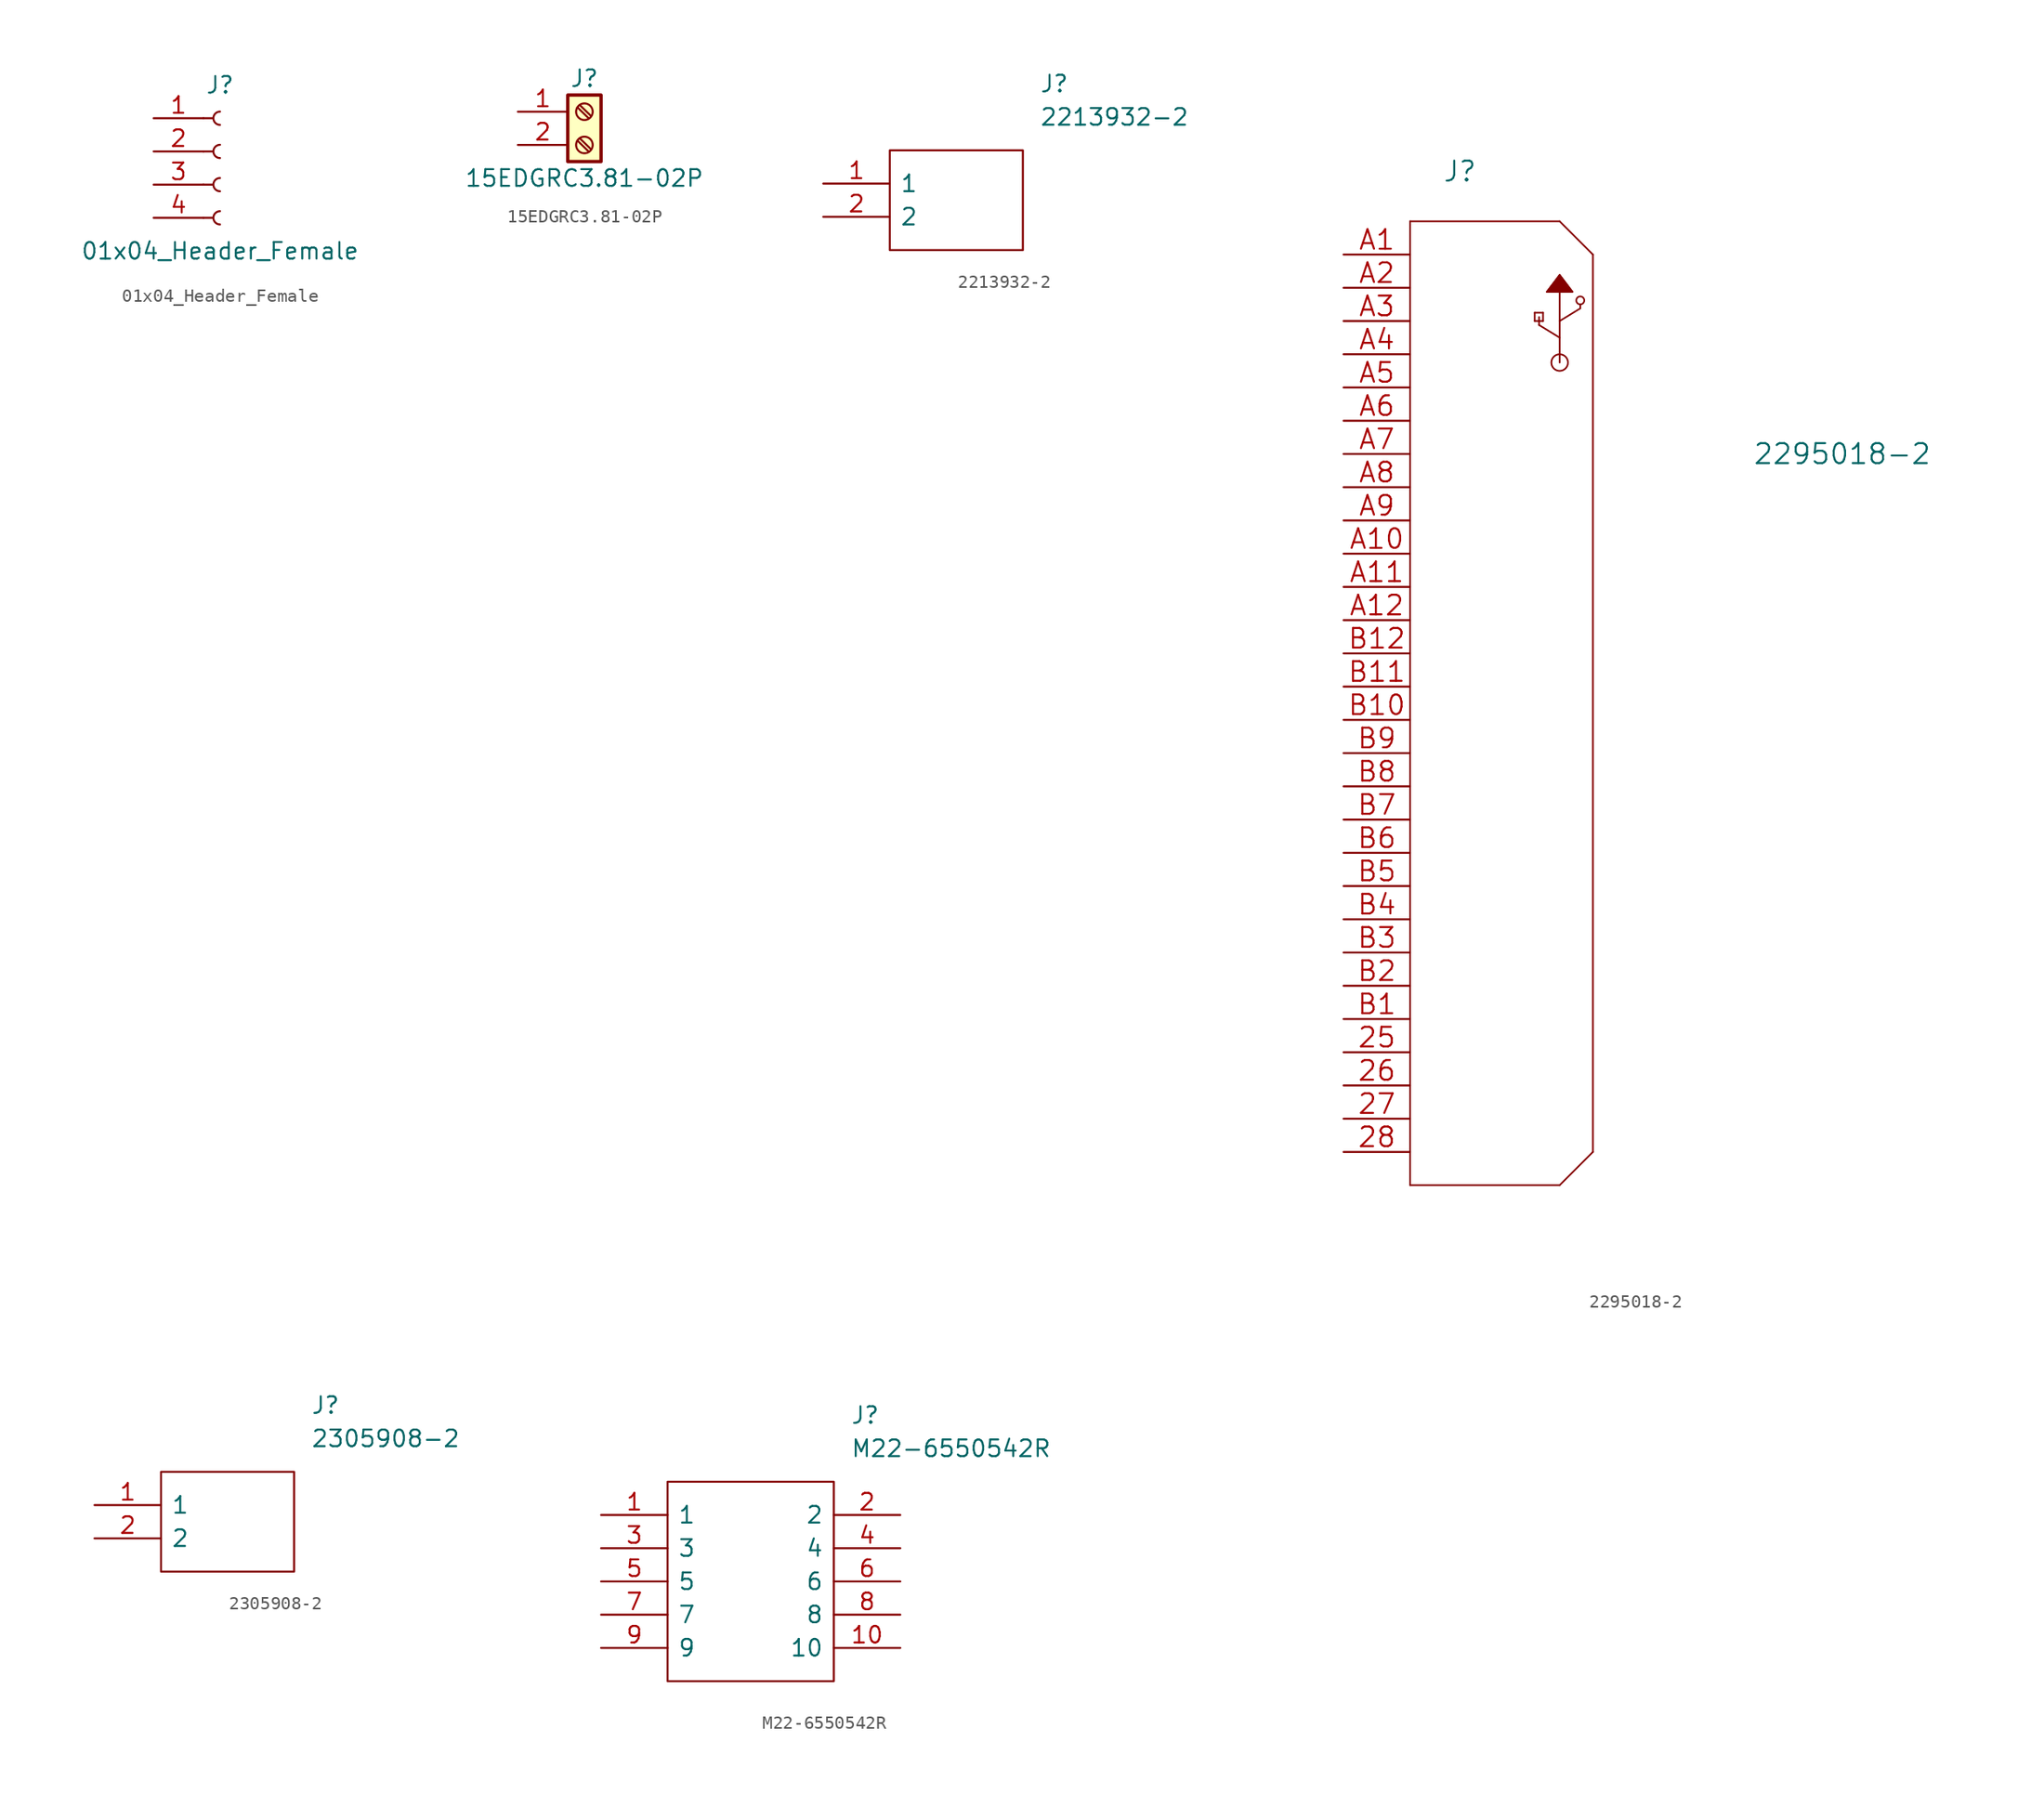
<source format=kicad_sym>
(kicad_symbol_lib
  (version 20220914)
  (generator kicad_symbol_editor)
  (symbol "01x04_Header_Female"
    (pin_names
      (offset 1.016) hide)
    (property "Reference" "J"
      (at 0 5.08 0)
      (effects (font (size 1.27 1.27))))
    (property "Value" "01x04_Header_Female"
      (at 0 -7.62 0)
      (effects (font (size 1.27 1.27))))
    (symbol "01x04_Header_Female_1_1"
      (arc (start 0 -4.572) (mid -0.5058 -5.08) (end 0 -5.588) (stroke (width 0.1524) (type solid)) (fill (type none)))
      (arc (start 0 -2.032) (mid -0.5058 -2.54) (end 0 -3.048) (stroke (width 0.1524) (type solid)) (fill (type none)))
      (polyline (pts (xy -1.27 -5.08) (xy -0.508 -5.08)) (stroke (width 0.152) (type solid)) (fill (type none)))
      (polyline (pts (xy -1.27 -2.54) (xy -0.508 -2.54)) (stroke (width 0.152) (type solid)) (fill (type none)))
      (polyline (pts (xy -1.27 0) (xy -0.508 0)) (stroke (width 0.152) (type solid)) (fill (type none)))
      (polyline (pts (xy -1.27 2.54) (xy -0.508 2.54)) (stroke (width 0.152) (type solid)) (fill (type none)))
      (arc (start 0 0.508) (mid -0.5058 0) (end 0 -0.508) (stroke (width 0.1524) (type solid)) (fill (type none)))
      (arc (start 0 3.048) (mid -0.5058 2.54) (end 0 2.032) (stroke (width 0.1524) (type solid)) (fill (type none)))
      (pin passive line (at -5.08 2.54 0) (length 3.81) (name "Pin_1" (effects (font (size 1.27 1.27)))) (number "1" (effects (font (size 1.27 1.27)))))
      (pin passive line (at -5.08 0 0) (length 3.81) (name "Pin_2" (effects (font (size 1.27 1.27)))) (number "2" (effects (font (size 1.27 1.27)))))
      (pin passive line (at -5.08 -2.54 0) (length 3.81) (name "Pin_3" (effects (font (size 1.27 1.27)))) (number "3" (effects (font (size 1.27 1.27)))))
      (pin passive line (at -5.08 -5.08 0) (length 3.81) (name "Pin_4" (effects (font (size 1.27 1.27)))) (number "4" (effects (font (size 1.27 1.27)))))))
  (symbol "15EDGRC3.81-02P"
    (pin_names
      (offset 1.016) hide)
    (property "Reference" "J"
      (at 0 2.54 0)
      (effects (font (size 1.27 1.27))))
    (property "Value" "15EDGRC3.81-02P"
      (at 0 -5.08 0)
      (effects (font (size 1.27 1.27))))
    (symbol "15EDGRC3.81-02P_1_1"
      (rectangle (start -1.27 1.27) (end 1.27 -3.81) (stroke (width 0.254) (type solid)) (fill (type background)))
      (circle (center 0 -2.54) (radius 0.635) (stroke (width 0.152) (type solid)) (fill (type none)))
      (polyline (pts (xy -0.533 -2.21) (xy 0.33 -3.048)) (stroke (width 0.152) (type solid)) (fill (type none)))
      (polyline (pts (xy -0.533 0.33) (xy 0.33 -0.508)) (stroke (width 0.152) (type solid)) (fill (type none)))
      (polyline (pts (xy -0.356 -2.032) (xy 0.508 -2.87)) (stroke (width 0.152) (type solid)) (fill (type none)))
      (polyline (pts (xy -0.356 0.508) (xy 0.508 -0.33)) (stroke (width 0.152) (type solid)) (fill (type none)))
      (circle (center 0 0) (radius 0.635) (stroke (width 0.152) (type solid)) (fill (type none)))
      (pin passive line (at -5.08 0 0) (length 3.81) (name "Pin_1" (effects (font (size 1.27 1.27)))) (number "1" (effects (font (size 1.27 1.27)))))
      (pin passive line (at -5.08 -2.54 0) (length 3.81) (name "Pin_2" (effects (font (size 1.27 1.27)))) (number "2" (effects (font (size 1.27 1.27)))))))
  (symbol "2213932-2"
    (pin_names
      (offset 0.762))
    (property "Reference" "J"
      (at 16.51 7.62 0)
      (effects (font (size 1.27 1.27)) (justify left)))
    (property "Value" "2213932-2"
      (at 16.51 5.08 0)
      (effects (font (size 1.27 1.27)) (justify left)))
    (symbol "2213932-2_0_0"
      (pin passive line (at 0 0 0) (length 5.08) (name "1" (effects (font (size 1.27 1.27)))) (number "1" (effects (font (size 1.27 1.27)))))
      (pin passive line (at 0 -2.54 0) (length 5.08) (name "2" (effects (font (size 1.27 1.27)))) (number "2" (effects (font (size 1.27 1.27))))))
    (symbol "2213932-2_0_1"
      (polyline (pts (xy 5.08 2.54) (xy 15.24 2.54) (xy 15.24 -5.08) (xy 5.08 -5.08) (xy 5.08 2.54)) (stroke (width 0.152) (type solid)) (fill (type none)))))
  (symbol "2295018-2"
    (pin_names
      (offset 0.254) hide)
    (property "Reference" "J"
      (at 8.89 6.35 0)
      (effects (font (size 1.524 1.524))))
    (property "Value" "2295018-2"
      (at 38.1 -15.24 0)
      (effects (font (size 1.524 1.524))))
    (symbol "2295018-2_1_1"
      (polyline (pts (xy 5.08 -71.12) (xy 16.51 -71.12)) (stroke (width 0.127) (type solid)) (fill (type none)))
      (polyline (pts (xy 5.08 2.54) (xy 5.08 -71.12)) (stroke (width 0.127) (type solid)) (fill (type none)))
      (polyline (pts (xy 14.605 -5.08) (xy 14.605 -4.445)) (stroke (width 0.127) (type solid)) (fill (type none)))
      (polyline (pts (xy 14.605 -4.445) (xy 15.24 -4.445)) (stroke (width 0.127) (type solid)) (fill (type none)))
      (polyline (pts (xy 14.935 -5.385) (xy 16.51 -6.35)) (stroke (width 0.127) (type solid)) (fill (type none)))
      (polyline (pts (xy 14.935 -4.775) (xy 14.935 -5.385)) (stroke (width 0.127) (type solid)) (fill (type none)))
      (polyline (pts (xy 15.24 -5.08) (xy 14.605 -5.08)) (stroke (width 0.127) (type solid)) (fill (type none)))
      (polyline (pts (xy 15.24 -4.445) (xy 15.24 -5.08)) (stroke (width 0.127) (type solid)) (fill (type none)))
      (polyline (pts (xy 15.545 -2.845) (xy 16.51 -1.575)) (stroke (width 0.127) (type solid)) (fill (type none)))
      (polyline (pts (xy 15.545 -2.845) (xy 17.475 -2.845)) (stroke (width 0.127) (type solid)) (fill (type none)))
      (polyline (pts (xy 16.51 -8.255) (xy 16.51 -2.845)) (stroke (width 0.127) (type solid)) (fill (type none)))
      (polyline (pts (xy 16.51 2.54) (xy 5.08 2.54)) (stroke (width 0.127) (type solid)) (fill (type none)))
      (polyline (pts (xy 16.51 2.54) (xy 19.05 0)) (stroke (width 0.127) (type solid)) (fill (type none)))
      (polyline (pts (xy 17.475 -2.845) (xy 16.51 -1.575)) (stroke (width 0.127) (type solid)) (fill (type none)))
      (polyline (pts (xy 18.085 -4.115) (xy 16.51 -5.08)) (stroke (width 0.127) (type solid)) (fill (type none)))
      (polyline (pts (xy 18.085 -3.81) (xy 18.085 -4.115)) (stroke (width 0.127) (type solid)) (fill (type none)))
      (polyline (pts (xy 19.05 -68.58) (xy 16.51 -71.12)) (stroke (width 0.127) (type solid)) (fill (type none)))
      (polyline (pts (xy 19.05 -68.58) (xy 19.05 0)) (stroke (width 0.127) (type solid)) (fill (type none)))
      (polyline (pts (xy 16.51 -1.575) (xy 15.545 -2.845) (xy 17.475 -2.845) (xy 16.51 -1.575)) (stroke (width 0) (type solid)) (fill (type outline)))
      (circle (center 16.51 -8.255) (radius 0.635) (stroke (width 0.127) (type solid)) (fill (type none)))
      (circle (center 18.085 -3.505) (radius 0.305) (stroke (width 0.127) (type solid)) (fill (type none)))
      (pin unspecified line (at 0 -60.96 0) (length 5.08) (name "SHIELD" (effects (font (size 1.499 1.499)))) (number "25" (effects (font (size 1.499 1.499)))))
      (pin unspecified line (at 0 -63.5 0) (length 5.08) (name "SHIELD" (effects (font (size 1.499 1.499)))) (number "26" (effects (font (size 1.499 1.499)))))
      (pin unspecified line (at 0 -66.04 0) (length 5.08) (name "SHIELD" (effects (font (size 1.499 1.499)))) (number "27" (effects (font (size 1.499 1.499)))))
      (pin unspecified line (at 0 -68.58 0) (length 5.08) (name "SHIELD" (effects (font (size 1.499 1.499)))) (number "28" (effects (font (size 1.499 1.499)))))
      (pin unspecified line (at 0 0 0) (length 5.08) (name "A1" (effects (font (size 1.499 1.499)))) (number "A1" (effects (font (size 1.499 1.499)))))
      (pin unspecified line (at 0 -22.86 0) (length 5.08) (name "A10" (effects (font (size 1.499 1.499)))) (number "A10" (effects (font (size 1.499 1.499)))))
      (pin unspecified line (at 0 -25.4 0) (length 5.08) (name "A11" (effects (font (size 1.499 1.499)))) (number "A11" (effects (font (size 1.499 1.499)))))
      (pin unspecified line (at 0 -27.94 0) (length 5.08) (name "A12" (effects (font (size 1.499 1.499)))) (number "A12" (effects (font (size 1.499 1.499)))))
      (pin unspecified line (at 0 -2.54 0) (length 5.08) (name "A2" (effects (font (size 1.499 1.499)))) (number "A2" (effects (font (size 1.499 1.499)))))
      (pin unspecified line (at 0 -5.08 0) (length 5.08) (name "A3" (effects (font (size 1.499 1.499)))) (number "A3" (effects (font (size 1.499 1.499)))))
      (pin unspecified line (at 0 -7.62 0) (length 5.08) (name "A4" (effects (font (size 1.499 1.499)))) (number "A4" (effects (font (size 1.499 1.499)))))
      (pin unspecified line (at 0 -10.16 0) (length 5.08) (name "A5" (effects (font (size 1.499 1.499)))) (number "A5" (effects (font (size 1.499 1.499)))))
      (pin unspecified line (at 0 -12.7 0) (length 5.08) (name "A6" (effects (font (size 1.499 1.499)))) (number "A6" (effects (font (size 1.499 1.499)))))
      (pin unspecified line (at 0 -15.24 0) (length 5.08) (name "A7" (effects (font (size 1.499 1.499)))) (number "A7" (effects (font (size 1.499 1.499)))))
      (pin unspecified line (at 0 -17.78 0) (length 5.08) (name "A8" (effects (font (size 1.499 1.499)))) (number "A8" (effects (font (size 1.499 1.499)))))
      (pin unspecified line (at 0 -20.32 0) (length 5.08) (name "A9" (effects (font (size 1.499 1.499)))) (number "A9" (effects (font (size 1.499 1.499)))))
      (pin unspecified line (at 0 -58.42 0) (length 5.08) (name "B1" (effects (font (size 1.499 1.499)))) (number "B1" (effects (font (size 1.499 1.499)))))
      (pin unspecified line (at 0 -35.56 0) (length 5.08) (name "B10" (effects (font (size 1.499 1.499)))) (number "B10" (effects (font (size 1.499 1.499)))))
      (pin unspecified line (at 0 -33.02 0) (length 5.08) (name "B11" (effects (font (size 1.499 1.499)))) (number "B11" (effects (font (size 1.499 1.499)))))
      (pin unspecified line (at 0 -30.48 0) (length 5.08) (name "B12" (effects (font (size 1.499 1.499)))) (number "B12" (effects (font (size 1.499 1.499)))))
      (pin unspecified line (at 0 -55.88 0) (length 5.08) (name "B2" (effects (font (size 1.499 1.499)))) (number "B2" (effects (font (size 1.499 1.499)))))
      (pin unspecified line (at 0 -53.34 0) (length 5.08) (name "B3" (effects (font (size 1.499 1.499)))) (number "B3" (effects (font (size 1.499 1.499)))))
      (pin unspecified line (at 0 -50.8 0) (length 5.08) (name "B4" (effects (font (size 1.499 1.499)))) (number "B4" (effects (font (size 1.499 1.499)))))
      (pin unspecified line (at 0 -48.26 0) (length 5.08) (name "B5" (effects (font (size 1.499 1.499)))) (number "B5" (effects (font (size 1.499 1.499)))))
      (pin unspecified line (at 0 -45.72 0) (length 5.08) (name "B6" (effects (font (size 1.499 1.499)))) (number "B6" (effects (font (size 1.499 1.499)))))
      (pin unspecified line (at 0 -43.18 0) (length 5.08) (name "B7" (effects (font (size 1.499 1.499)))) (number "B7" (effects (font (size 1.499 1.499)))))
      (pin unspecified line (at 0 -40.64 0) (length 5.08) (name "B8" (effects (font (size 1.499 1.499)))) (number "B8" (effects (font (size 1.499 1.499)))))
      (pin unspecified line (at 0 -38.1 0) (length 5.08) (name "B9" (effects (font (size 1.499 1.499)))) (number "B9" (effects (font (size 1.499 1.499)))))))
  (symbol "2305908-2"
    (pin_names
      (offset 0.762))
    (property "Reference" "J"
      (at 16.51 7.62 0)
      (effects (font (size 1.27 1.27)) (justify left)))
    (property "Value" "2305908-2"
      (at 16.51 5.08 0)
      (effects (font (size 1.27 1.27)) (justify left)))
    (symbol "2305908-2_0_0"
      (pin passive line (at 0 0 0) (length 5.08) (name "1" (effects (font (size 1.27 1.27)))) (number "1" (effects (font (size 1.27 1.27)))))
      (pin passive line (at 0 -2.54 0) (length 5.08) (name "2" (effects (font (size 1.27 1.27)))) (number "2" (effects (font (size 1.27 1.27))))))
    (symbol "2305908-2_0_1"
      (polyline (pts (xy 5.08 2.54) (xy 15.24 2.54) (xy 15.24 -5.08) (xy 5.08 -5.08) (xy 5.08 2.54)) (stroke (width 0.152) (type solid)) (fill (type none)))))
  (symbol "M22-6550542R"
    (pin_names
      (offset 0.762))
    (property "Reference" "J"
      (at 19.05 7.62 0)
      (effects (font (size 1.27 1.27)) (justify left)))
    (property "Value" "M22-6550542R"
      (at 19.05 5.08 0)
      (effects (font (size 1.27 1.27)) (justify left)))
    (symbol "M22-6550542R_0_0"
      (pin passive line (at 0 0 0) (length 5.08) (name "1" (effects (font (size 1.27 1.27)))) (number "1" (effects (font (size 1.27 1.27)))))
      (pin passive line (at 22.86 -10.16 180) (length 5.08) (name "10" (effects (font (size 1.27 1.27)))) (number "10" (effects (font (size 1.27 1.27)))))
      (pin passive line (at 22.86 0 180) (length 5.08) (name "2" (effects (font (size 1.27 1.27)))) (number "2" (effects (font (size 1.27 1.27)))))
      (pin passive line (at 0 -2.54 0) (length 5.08) (name "3" (effects (font (size 1.27 1.27)))) (number "3" (effects (font (size 1.27 1.27)))))
      (pin passive line (at 22.86 -2.54 180) (length 5.08) (name "4" (effects (font (size 1.27 1.27)))) (number "4" (effects (font (size 1.27 1.27)))))
      (pin passive line (at 0 -5.08 0) (length 5.08) (name "5" (effects (font (size 1.27 1.27)))) (number "5" (effects (font (size 1.27 1.27)))))
      (pin passive line (at 22.86 -5.08 180) (length 5.08) (name "6" (effects (font (size 1.27 1.27)))) (number "6" (effects (font (size 1.27 1.27)))))
      (pin passive line (at 0 -7.62 0) (length 5.08) (name "7" (effects (font (size 1.27 1.27)))) (number "7" (effects (font (size 1.27 1.27)))))
      (pin passive line (at 22.86 -7.62 180) (length 5.08) (name "8" (effects (font (size 1.27 1.27)))) (number "8" (effects (font (size 1.27 1.27)))))
      (pin passive line (at 0 -10.16 0) (length 5.08) (name "9" (effects (font (size 1.27 1.27)))) (number "9" (effects (font (size 1.27 1.27))))))
    (symbol "M22-6550542R_0_1"
      (polyline (pts (xy 5.08 2.54) (xy 17.78 2.54) (xy 17.78 -12.7) (xy 5.08 -12.7) (xy 5.08 2.54)) (stroke (width 0.152) (type solid)) (fill (type none))))))
</source>
